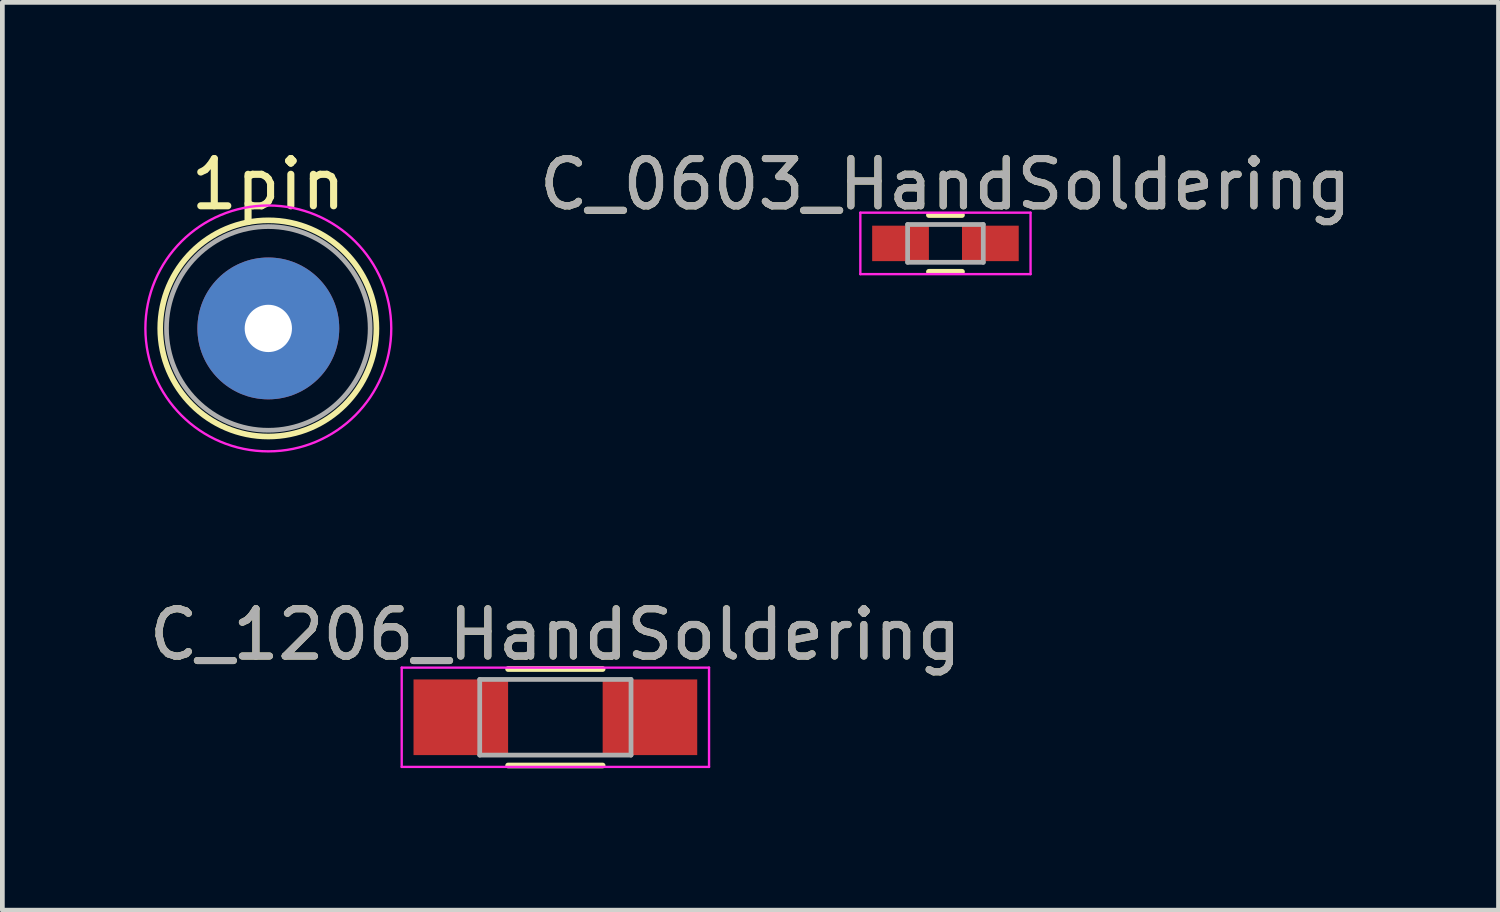
<source format=kicad_pcb>
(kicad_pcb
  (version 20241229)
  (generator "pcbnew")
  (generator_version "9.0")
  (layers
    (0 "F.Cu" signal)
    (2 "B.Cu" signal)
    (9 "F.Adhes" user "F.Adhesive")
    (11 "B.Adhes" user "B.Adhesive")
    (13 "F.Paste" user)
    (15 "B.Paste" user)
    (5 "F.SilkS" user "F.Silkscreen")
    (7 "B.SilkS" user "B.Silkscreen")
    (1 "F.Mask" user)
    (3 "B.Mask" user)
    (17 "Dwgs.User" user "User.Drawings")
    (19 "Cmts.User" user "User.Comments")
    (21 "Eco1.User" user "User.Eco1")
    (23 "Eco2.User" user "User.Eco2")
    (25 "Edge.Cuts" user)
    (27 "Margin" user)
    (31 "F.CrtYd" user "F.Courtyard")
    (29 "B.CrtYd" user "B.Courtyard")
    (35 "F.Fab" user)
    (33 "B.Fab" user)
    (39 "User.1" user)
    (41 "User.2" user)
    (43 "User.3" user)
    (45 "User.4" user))
  (footprint "C_0603_HandSoldering"
    (layer "F.Cu")
    (at 16.946 2.098)
    (property "Reference" "C_0603_HandSoldering" (at 0 -1.25 0) (layer "F.SilkS") (effects (font (size 1 1) (thickness 0.15))))
    (attr smd)
    (fp_line (start -0.35 -0.6) (end 0.35 -0.6) (stroke (width 0.12) (type solid)) (layer "F.SilkS"))
    (fp_line (start 0.35 0.6) (end -0.35 0.6) (stroke (width 0.12) (type solid)) (layer "F.SilkS"))
    (fp_line (start -1.8 -0.65) (end -1.8 0.65) (stroke (width 0.05) (type solid)) (layer "F.CrtYd"))
    (fp_line (start -1.8 -0.65) (end 1.8 -0.65) (stroke (width 0.05) (type solid)) (layer "F.CrtYd"))
    (fp_line (start 1.8 0.65) (end -1.8 0.65) (stroke (width 0.05) (type solid)) (layer "F.CrtYd"))
    (fp_line (start 1.8 0.65) (end 1.8 -0.65) (stroke (width 0.05) (type solid)) (layer "F.CrtYd"))
    (fp_line (start -0.8 -0.4) (end 0.8 -0.4) (stroke (width 0.1) (type solid)) (layer "F.Fab"))
    (fp_line (start -0.8 0.4) (end -0.8 -0.4) (stroke (width 0.1) (type solid)) (layer "F.Fab"))
    (fp_line (start 0.8 -0.4) (end 0.8 0.4) (stroke (width 0.1) (type solid)) (layer "F.Fab"))
    (fp_line (start 0.8 0.4) (end -0.8 0.4) (stroke (width 0.1) (type solid)) (layer "F.Fab"))
    (fp_text user "${REFERENCE}" (at 0 -1.25 0) (layer "F.Fab") (effects (font (size 1 1) (thickness 0.15))))
    (pad "1" smd rect (at -0.95 0) (size 1.2 0.75) (layers "F.Cu" "F.Mask" "F.Paste"))
    (pad "2" smd rect (at 0.95 0) (size 1.2 0.75) (layers "F.Cu" "F.Mask" "F.Paste")))
  (footprint "1pin"
    (layer "F.Cu")
    (at 2.625 3.896)
    (property "Reference" "1pin" (at 0 -3.048 0) (layer "F.SilkS") (effects (font (size 1 1) (thickness 0.15))))
    (attr through_hole)
    (fp_circle (center 0 0) (end 0 -2.286) (stroke (width 0.12) (type solid)) (fill no) (layer "F.SilkS"))
    (fp_circle (center 0 0) (end 2.6 0) (stroke (width 0.05) (type solid)) (fill no) (layer "F.CrtYd"))
    (fp_circle (center 0 0) (end 2 0.8) (stroke (width 0.1) (type solid)) (fill no) (layer "F.Fab"))
    (pad "1" thru_hole circle (at 0 0) (size 3 3) (drill 1) (layers "*.Cu" "*.Mask")))
  (footprint "C_1206_HandSoldering"
    (layer "F.Cu")
    (at 8.696 12.12)
    (property "Reference" "C_1206_HandSoldering" (at 0 -1.75 0) (layer "F.SilkS") (effects (font (size 1 1) (thickness 0.15))))
    (attr smd)
    (fp_line (start -1 1.02) (end 1 1.02) (stroke (width 0.12) (type solid)) (layer "F.SilkS"))
    (fp_line (start 1 -1.02) (end -1 -1.02) (stroke (width 0.12) (type solid)) (layer "F.SilkS"))
    (fp_line (start -3.25 -1.05) (end -3.25 1.05) (stroke (width 0.05) (type solid)) (layer "F.CrtYd"))
    (fp_line (start -3.25 -1.05) (end 3.25 -1.05) (stroke (width 0.05) (type solid)) (layer "F.CrtYd"))
    (fp_line (start 3.25 1.05) (end -3.25 1.05) (stroke (width 0.05) (type solid)) (layer "F.CrtYd"))
    (fp_line (start 3.25 1.05) (end 3.25 -1.05) (stroke (width 0.05) (type solid)) (layer "F.CrtYd"))
    (fp_line (start -1.6 -0.8) (end 1.6 -0.8) (stroke (width 0.1) (type solid)) (layer "F.Fab"))
    (fp_line (start -1.6 0.8) (end -1.6 -0.8) (stroke (width 0.1) (type solid)) (layer "F.Fab"))
    (fp_line (start 1.6 -0.8) (end 1.6 0.8) (stroke (width 0.1) (type solid)) (layer "F.Fab"))
    (fp_line (start 1.6 0.8) (end -1.6 0.8) (stroke (width 0.1) (type solid)) (layer "F.Fab"))
    (fp_text user "${REFERENCE}" (at 0 -1.75 0) (layer "F.Fab") (effects (font (size 1 1) (thickness 0.15))))
    (pad "1" smd rect (at -2 0) (size 2 1.6) (layers "F.Cu" "F.Mask" "F.Paste"))
    (pad "2" smd rect (at 2 0) (size 2 1.6) (layers "F.Cu" "F.Mask" "F.Paste")))
  (gr_rect
    (start -3 -3)
    (end 28.643 16.2)
    (stroke (width 0.1) (type default))
    (fill no)
    (layer "Edge.Cuts")))
</source>
